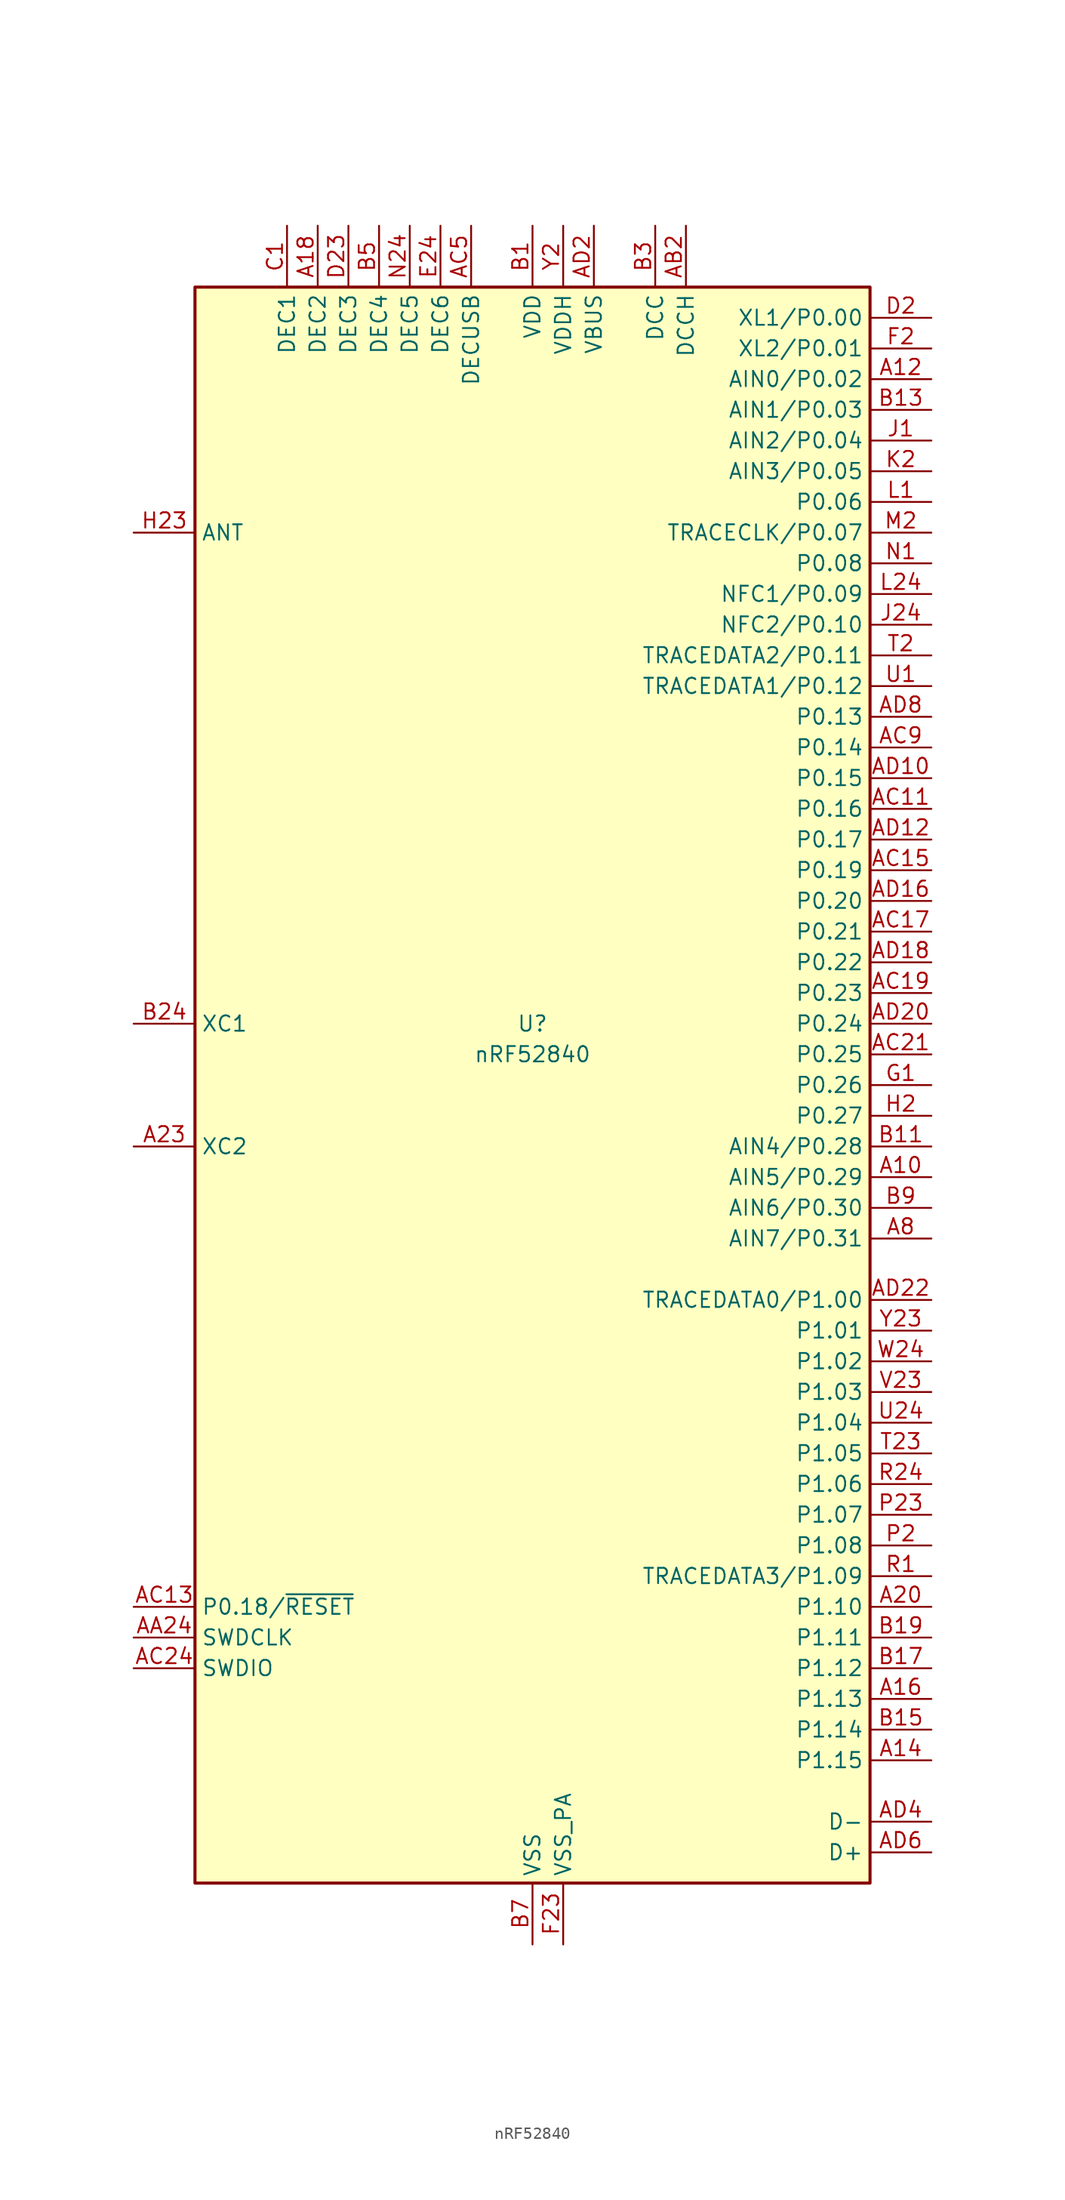
<source format=kicad_sym>
(kicad_symbol_lib
  (version 20211014)
  (generator kicad_symbol_editor)
  (symbol "nRF52840"
    (property "Reference" "U"
      (at 0 5.08 0)
      (effects (font (size 1.27 1.27))))
    (property "Value" "nRF52840"
      (at 0 2.54 0)
      (effects (font (size 1.27 1.27))))
    (symbol "nRF52840_0_1"
      (rectangle (start -27.94 66.04) (end 27.94 -66.04) (stroke (width 0.254) (type default) (color 0 0 0 0)) (fill (type background))))
    (symbol "nRF52840_1_1"
      (pin bidirectional line (at 33.02 -7.62 180) (length 5.08) (name "AIN5/P0.29" (effects (font (size 1.27 1.27)))) (number "A10" (effects (font (size 1.27 1.27)))))
      (pin bidirectional line (at 33.02 58.42 180) (length 5.08) (name "AIN0/P0.02" (effects (font (size 1.27 1.27)))) (number "A12" (effects (font (size 1.27 1.27)))))
      (pin bidirectional line (at 33.02 -55.88 180) (length 5.08) (name "P1.15" (effects (font (size 1.27 1.27)))) (number "A14" (effects (font (size 1.27 1.27)))))
      (pin bidirectional line (at 33.02 -50.8 180) (length 5.08) (name "P1.13" (effects (font (size 1.27 1.27)))) (number "A16" (effects (font (size 1.27 1.27)))))
      (pin passive line (at -17.78 71.12 270) (length 5.08) (name "DEC2" (effects (font (size 1.27 1.27)))) (number "A18" (effects (font (size 1.27 1.27)))))
      (pin bidirectional line (at 33.02 -43.18 180) (length 5.08) (name "P1.10" (effects (font (size 1.27 1.27)))) (number "A20" (effects (font (size 1.27 1.27)))))
      (pin passive line (at 0 71.12 270) (length 5.08) hide (name "VDD" (effects (font (size 1.27 1.27)))) (number "A22" (effects (font (size 1.27 1.27)))))
      (pin input line (at -33.02 -5.08 0) (length 5.08) (name "XC2" (effects (font (size 1.27 1.27)))) (number "A23" (effects (font (size 1.27 1.27)))))
      (pin bidirectional line (at 33.02 -12.7 180) (length 5.08) (name "AIN7/P0.31" (effects (font (size 1.27 1.27)))) (number "A8" (effects (font (size 1.27 1.27)))))
      (pin input line (at -33.02 -45.72 0) (length 5.08) (name "SWDCLK" (effects (font (size 1.27 1.27)))) (number "AA24" (effects (font (size 1.27 1.27)))))
      (pin power_out line (at 12.7 71.12 270) (length 5.08) (name "DCCH" (effects (font (size 1.27 1.27)))) (number "AB2" (effects (font (size 1.27 1.27)))))
      (pin bidirectional line (at 33.02 22.86 180) (length 5.08) (name "P0.16" (effects (font (size 1.27 1.27)))) (number "AC11" (effects (font (size 1.27 1.27)))))
      (pin bidirectional line (at -33.02 -43.18 0) (length 5.08) (name "P0.18/~{RESET}" (effects (font (size 1.27 1.27)))) (number "AC13" (effects (font (size 1.27 1.27)))))
      (pin bidirectional line (at 33.02 17.78 180) (length 5.08) (name "P0.19" (effects (font (size 1.27 1.27)))) (number "AC15" (effects (font (size 1.27 1.27)))))
      (pin bidirectional line (at 33.02 12.7 180) (length 5.08) (name "P0.21" (effects (font (size 1.27 1.27)))) (number "AC17" (effects (font (size 1.27 1.27)))))
      (pin bidirectional line (at 33.02 7.62 180) (length 5.08) (name "P0.23" (effects (font (size 1.27 1.27)))) (number "AC19" (effects (font (size 1.27 1.27)))))
      (pin bidirectional line (at 33.02 2.54 180) (length 5.08) (name "P0.25" (effects (font (size 1.27 1.27)))) (number "AC21" (effects (font (size 1.27 1.27)))))
      (pin bidirectional line (at -33.02 -48.26 0) (length 5.08) (name "SWDIO" (effects (font (size 1.27 1.27)))) (number "AC24" (effects (font (size 1.27 1.27)))))
      (pin passive line (at -5.08 71.12 270) (length 5.08) (name "DECUSB" (effects (font (size 1.27 1.27)))) (number "AC5" (effects (font (size 1.27 1.27)))))
      (pin bidirectional line (at 33.02 27.94 180) (length 5.08) (name "P0.14" (effects (font (size 1.27 1.27)))) (number "AC9" (effects (font (size 1.27 1.27)))))
      (pin bidirectional line (at 33.02 25.4 180) (length 5.08) (name "P0.15" (effects (font (size 1.27 1.27)))) (number "AD10" (effects (font (size 1.27 1.27)))))
      (pin bidirectional line (at 33.02 20.32 180) (length 5.08) (name "P0.17" (effects (font (size 1.27 1.27)))) (number "AD12" (effects (font (size 1.27 1.27)))))
      (pin passive line (at 0 71.12 270) (length 5.08) hide (name "VDD" (effects (font (size 1.27 1.27)))) (number "AD14" (effects (font (size 1.27 1.27)))))
      (pin bidirectional line (at 33.02 15.24 180) (length 5.08) (name "P0.20" (effects (font (size 1.27 1.27)))) (number "AD16" (effects (font (size 1.27 1.27)))))
      (pin bidirectional line (at 33.02 10.16 180) (length 5.08) (name "P0.22" (effects (font (size 1.27 1.27)))) (number "AD18" (effects (font (size 1.27 1.27)))))
      (pin power_in line (at 5.08 71.12 270) (length 5.08) (name "VBUS" (effects (font (size 1.27 1.27)))) (number "AD2" (effects (font (size 1.27 1.27)))))
      (pin bidirectional line (at 33.02 5.08 180) (length 5.08) (name "P0.24" (effects (font (size 1.27 1.27)))) (number "AD20" (effects (font (size 1.27 1.27)))))
      (pin bidirectional line (at 33.02 -17.78 180) (length 5.08) (name "TRACEDATA0/P1.00" (effects (font (size 1.27 1.27)))) (number "AD22" (effects (font (size 1.27 1.27)))))
      (pin passive line (at 0 71.12 270) (length 5.08) hide (name "VDD" (effects (font (size 1.27 1.27)))) (number "AD23" (effects (font (size 1.27 1.27)))))
      (pin bidirectional line (at 33.02 -60.96 180) (length 5.08) (name "D-" (effects (font (size 1.27 1.27)))) (number "AD4" (effects (font (size 1.27 1.27)))))
      (pin bidirectional line (at 33.02 -63.5 180) (length 5.08) (name "D+" (effects (font (size 1.27 1.27)))) (number "AD6" (effects (font (size 1.27 1.27)))))
      (pin bidirectional line (at 33.02 30.48 180) (length 5.08) (name "P0.13" (effects (font (size 1.27 1.27)))) (number "AD8" (effects (font (size 1.27 1.27)))))
      (pin power_in line (at 0 71.12 270) (length 5.08) (name "VDD" (effects (font (size 1.27 1.27)))) (number "B1" (effects (font (size 1.27 1.27)))))
      (pin bidirectional line (at 33.02 -5.08 180) (length 5.08) (name "AIN4/P0.28" (effects (font (size 1.27 1.27)))) (number "B11" (effects (font (size 1.27 1.27)))))
      (pin bidirectional line (at 33.02 55.88 180) (length 5.08) (name "AIN1/P0.03" (effects (font (size 1.27 1.27)))) (number "B13" (effects (font (size 1.27 1.27)))))
      (pin bidirectional line (at 33.02 -53.34 180) (length 5.08) (name "P1.14" (effects (font (size 1.27 1.27)))) (number "B15" (effects (font (size 1.27 1.27)))))
      (pin bidirectional line (at 33.02 -48.26 180) (length 5.08) (name "P1.12" (effects (font (size 1.27 1.27)))) (number "B17" (effects (font (size 1.27 1.27)))))
      (pin bidirectional line (at 33.02 -45.72 180) (length 5.08) (name "P1.11" (effects (font (size 1.27 1.27)))) (number "B19" (effects (font (size 1.27 1.27)))))
      (pin input line (at -33.02 5.08 0) (length 5.08) (name "XC1" (effects (font (size 1.27 1.27)))) (number "B24" (effects (font (size 1.27 1.27)))))
      (pin power_out line (at 10.16 71.12 270) (length 5.08) (name "DCC" (effects (font (size 1.27 1.27)))) (number "B3" (effects (font (size 1.27 1.27)))))
      (pin passive line (at -12.7 71.12 270) (length 5.08) (name "DEC4" (effects (font (size 1.27 1.27)))) (number "B5" (effects (font (size 1.27 1.27)))))
      (pin power_in line (at 0 -71.12 90) (length 5.08) (name "VSS" (effects (font (size 1.27 1.27)))) (number "B7" (effects (font (size 1.27 1.27)))))
      (pin bidirectional line (at 33.02 -10.16 180) (length 5.08) (name "AIN6/P0.30" (effects (font (size 1.27 1.27)))) (number "B9" (effects (font (size 1.27 1.27)))))
      (pin passive line (at -20.32 71.12 270) (length 5.08) (name "DEC1" (effects (font (size 1.27 1.27)))) (number "C1" (effects (font (size 1.27 1.27)))))
      (pin bidirectional line (at 33.02 63.5 180) (length 5.08) (name "XL1/P0.00" (effects (font (size 1.27 1.27)))) (number "D2" (effects (font (size 1.27 1.27)))))
      (pin passive line (at -15.24 71.12 270) (length 5.08) (name "DEC3" (effects (font (size 1.27 1.27)))) (number "D23" (effects (font (size 1.27 1.27)))))
      (pin passive line (at -7.62 71.12 270) (length 5.08) (name "DEC6" (effects (font (size 1.27 1.27)))) (number "E24" (effects (font (size 1.27 1.27)))))
      (pin passive line (at 0 -71.12 90) (length 5.08) hide (name "VSS" (effects (font (size 1.27 1.27)))) (number "EP" (effects (font (size 1.27 1.27)))))
      (pin bidirectional line (at 33.02 60.96 180) (length 5.08) (name "XL2/P0.01" (effects (font (size 1.27 1.27)))) (number "F2" (effects (font (size 1.27 1.27)))))
      (pin power_in line (at 2.54 -71.12 90) (length 5.08) (name "VSS_PA" (effects (font (size 1.27 1.27)))) (number "F23" (effects (font (size 1.27 1.27)))))
      (pin bidirectional line (at 33.02 0 180) (length 5.08) (name "P0.26" (effects (font (size 1.27 1.27)))) (number "G1" (effects (font (size 1.27 1.27)))))
      (pin bidirectional line (at 33.02 -2.54 180) (length 5.08) (name "P0.27" (effects (font (size 1.27 1.27)))) (number "H2" (effects (font (size 1.27 1.27)))))
      (pin passive line (at -33.02 45.72 0) (length 5.08) (name "ANT" (effects (font (size 1.27 1.27)))) (number "H23" (effects (font (size 1.27 1.27)))))
      (pin bidirectional line (at 33.02 53.34 180) (length 5.08) (name "AIN2/P0.04" (effects (font (size 1.27 1.27)))) (number "J1" (effects (font (size 1.27 1.27)))))
      (pin bidirectional line (at 33.02 38.1 180) (length 5.08) (name "NFC2/P0.10" (effects (font (size 1.27 1.27)))) (number "J24" (effects (font (size 1.27 1.27)))))
      (pin bidirectional line (at 33.02 50.8 180) (length 5.08) (name "AIN3/P0.05" (effects (font (size 1.27 1.27)))) (number "K2" (effects (font (size 1.27 1.27)))))
      (pin bidirectional line (at 33.02 48.26 180) (length 5.08) (name "P0.06" (effects (font (size 1.27 1.27)))) (number "L1" (effects (font (size 1.27 1.27)))))
      (pin bidirectional line (at 33.02 40.64 180) (length 5.08) (name "NFC1/P0.09" (effects (font (size 1.27 1.27)))) (number "L24" (effects (font (size 1.27 1.27)))))
      (pin bidirectional line (at 33.02 45.72 180) (length 5.08) (name "TRACECLK/P0.07" (effects (font (size 1.27 1.27)))) (number "M2" (effects (font (size 1.27 1.27)))))
      (pin bidirectional line (at 33.02 43.18 180) (length 5.08) (name "P0.08" (effects (font (size 1.27 1.27)))) (number "N1" (effects (font (size 1.27 1.27)))))
      (pin passive line (at -10.16 71.12 270) (length 5.08) (name "DEC5" (effects (font (size 1.27 1.27)))) (number "N24" (effects (font (size 1.27 1.27)))))
      (pin bidirectional line (at 33.02 -38.1 180) (length 5.08) (name "P1.08" (effects (font (size 1.27 1.27)))) (number "P2" (effects (font (size 1.27 1.27)))))
      (pin bidirectional line (at 33.02 -35.56 180) (length 5.08) (name "P1.07" (effects (font (size 1.27 1.27)))) (number "P23" (effects (font (size 1.27 1.27)))))
      (pin bidirectional line (at 33.02 -40.64 180) (length 5.08) (name "TRACEDATA3/P1.09" (effects (font (size 1.27 1.27)))) (number "R1" (effects (font (size 1.27 1.27)))))
      (pin bidirectional line (at 33.02 -33.02 180) (length 5.08) (name "P1.06" (effects (font (size 1.27 1.27)))) (number "R24" (effects (font (size 1.27 1.27)))))
      (pin bidirectional line (at 33.02 35.56 180) (length 5.08) (name "TRACEDATA2/P0.11" (effects (font (size 1.27 1.27)))) (number "T2" (effects (font (size 1.27 1.27)))))
      (pin bidirectional line (at 33.02 -30.48 180) (length 5.08) (name "P1.05" (effects (font (size 1.27 1.27)))) (number "T23" (effects (font (size 1.27 1.27)))))
      (pin bidirectional line (at 33.02 33.02 180) (length 5.08) (name "TRACEDATA1/P0.12" (effects (font (size 1.27 1.27)))) (number "U1" (effects (font (size 1.27 1.27)))))
      (pin bidirectional line (at 33.02 -27.94 180) (length 5.08) (name "P1.04" (effects (font (size 1.27 1.27)))) (number "U24" (effects (font (size 1.27 1.27)))))
      (pin bidirectional line (at 33.02 -25.4 180) (length 5.08) (name "P1.03" (effects (font (size 1.27 1.27)))) (number "V23" (effects (font (size 1.27 1.27)))))
      (pin passive line (at 0 71.12 270) (length 5.08) hide (name "VDD" (effects (font (size 1.27 1.27)))) (number "W1" (effects (font (size 1.27 1.27)))))
      (pin bidirectional line (at 33.02 -22.86 180) (length 5.08) (name "P1.02" (effects (font (size 1.27 1.27)))) (number "W24" (effects (font (size 1.27 1.27)))))
      (pin power_in line (at 2.54 71.12 270) (length 5.08) (name "VDDH" (effects (font (size 1.27 1.27)))) (number "Y2" (effects (font (size 1.27 1.27)))))
      (pin bidirectional line (at 33.02 -20.32 180) (length 5.08) (name "P1.01" (effects (font (size 1.27 1.27)))) (number "Y23" (effects (font (size 1.27 1.27))))))))
</source>
